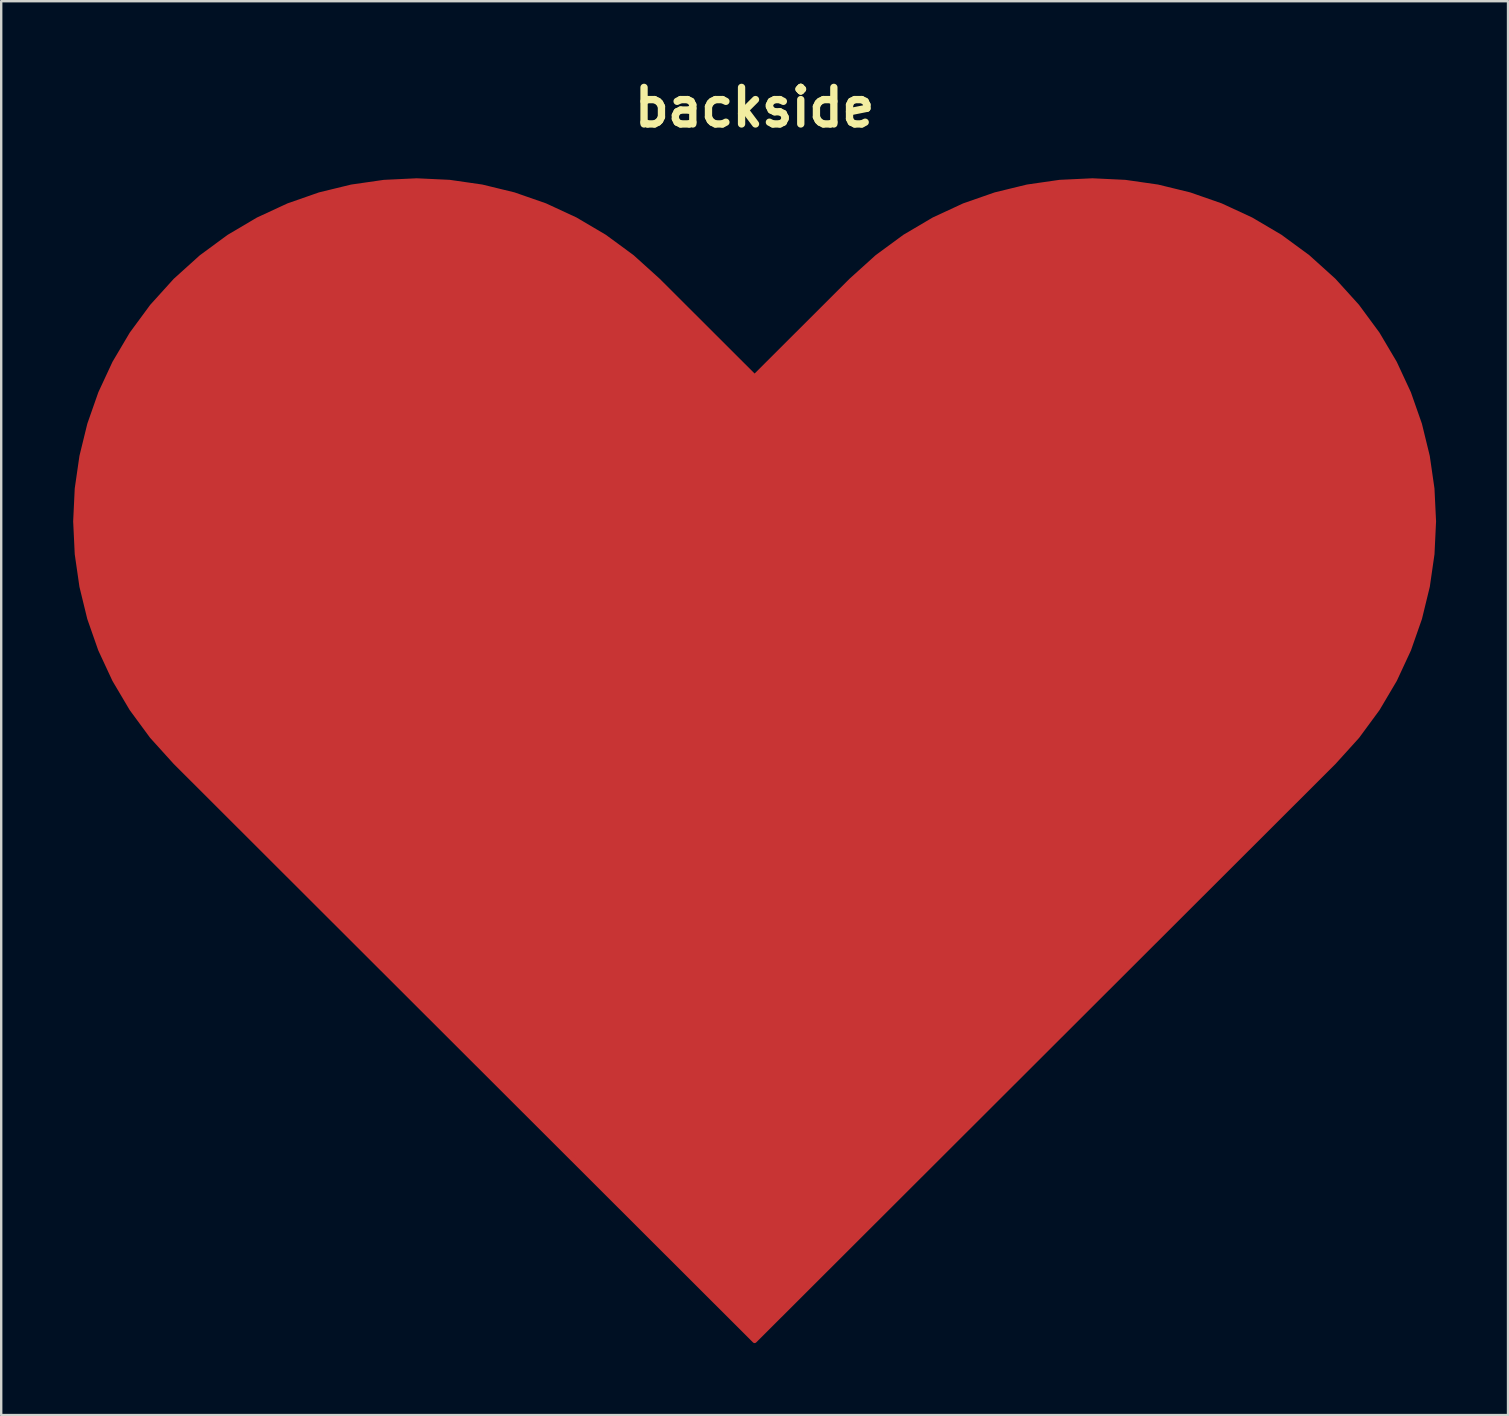
<source format=kicad_pcb>
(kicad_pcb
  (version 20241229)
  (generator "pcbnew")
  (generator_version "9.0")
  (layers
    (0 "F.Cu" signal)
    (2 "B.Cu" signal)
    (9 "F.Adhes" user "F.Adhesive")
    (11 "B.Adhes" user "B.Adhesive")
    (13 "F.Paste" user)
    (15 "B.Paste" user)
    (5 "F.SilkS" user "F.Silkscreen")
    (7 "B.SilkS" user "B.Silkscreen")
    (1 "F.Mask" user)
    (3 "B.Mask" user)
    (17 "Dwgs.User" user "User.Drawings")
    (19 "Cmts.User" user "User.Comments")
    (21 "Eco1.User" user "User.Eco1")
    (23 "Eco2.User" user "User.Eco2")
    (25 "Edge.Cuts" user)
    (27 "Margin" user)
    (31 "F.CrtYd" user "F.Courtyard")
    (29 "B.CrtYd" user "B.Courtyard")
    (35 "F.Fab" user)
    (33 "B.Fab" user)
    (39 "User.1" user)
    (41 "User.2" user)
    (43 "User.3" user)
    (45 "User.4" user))
  (footprint "backside"
    (layer "F.Cu")
    (at 28.4 28.653)
    (property "Reference" "backside" (at 0 -27.226 0) (layer "F.SilkS") (effects (font (size 1.524 1.524) (thickness 0.305))))
    (attr smd)
    (fp_poly (pts (xy -14.082 -24.178) (xy -15.445 -24.113) (xy -16.799 -23.918) (xy -18.132 -23.593) (xy -19.434 -23.138) (xy -20.697 -22.553) (xy -21.908 -21.838) (xy -23.059 -20.993) (xy -24.14 -20.018) (xy -25.116 -18.939) (xy -25.962 -17.79) (xy -26.678 -16.58) (xy -27.264 -15.319) (xy -27.72 -14.018) (xy -28.046 -12.687) (xy -28.241 -11.336) (xy -28.306 -9.975) (xy -28.241 -8.613) (xy -28.046 -7.262) (xy -27.721 -5.93) (xy -27.266 -4.63) (xy -26.68 -3.369) (xy -25.964 -2.159) (xy -25.118 -1.009) (xy -24.142 0.07) (xy -0.000263 24.178) (xy 24.142 0.07) (xy 25.118 -1.009) (xy 25.964 -2.159) (xy 26.68 -3.369) (xy 27.266 -4.63) (xy 27.721 -5.93) (xy 28.046 -7.262) (xy 28.241 -8.613) (xy 28.306 -9.975) (xy 28.24 -11.336) (xy 28.045 -12.687) (xy 27.72 -14.018) (xy 27.264 -15.319) (xy 26.678 -16.58) (xy 25.962 -17.79) (xy 25.116 -18.939) (xy 24.139 -20.018) (xy 23.059 -20.993) (xy 21.908 -21.838) (xy 20.696 -22.553) (xy 19.434 -23.138) (xy 18.131 -23.593) (xy 16.799 -23.918) (xy 15.445 -24.113) (xy 14.082 -24.178) (xy 12.719 -24.114) (xy 11.366 -23.919) (xy 10.032 -23.594) (xy 8.729 -23.14) (xy 7.467 -22.555) (xy 6.255 -21.84) (xy 5.104 -20.995) (xy 4.024 -20.02) (xy -0.000263 -16.002) (xy -4.024 -20.02) (xy -5.104 -20.995) (xy -6.255 -21.84) (xy -7.467 -22.555) (xy -8.729 -23.14) (xy -10.032 -23.594) (xy -11.366 -23.919) (xy -12.719 -24.114) (xy -14.082 -24.178)) (stroke (width 0.189) (type solid)) (fill yes) (layer "F.Cu")))
  (gr_rect
    (start -3 -3)
    (end 59.8 55.926)
    (stroke (width 0.1) (type default))
    (fill no)
    (layer "Edge.Cuts")))
</source>
